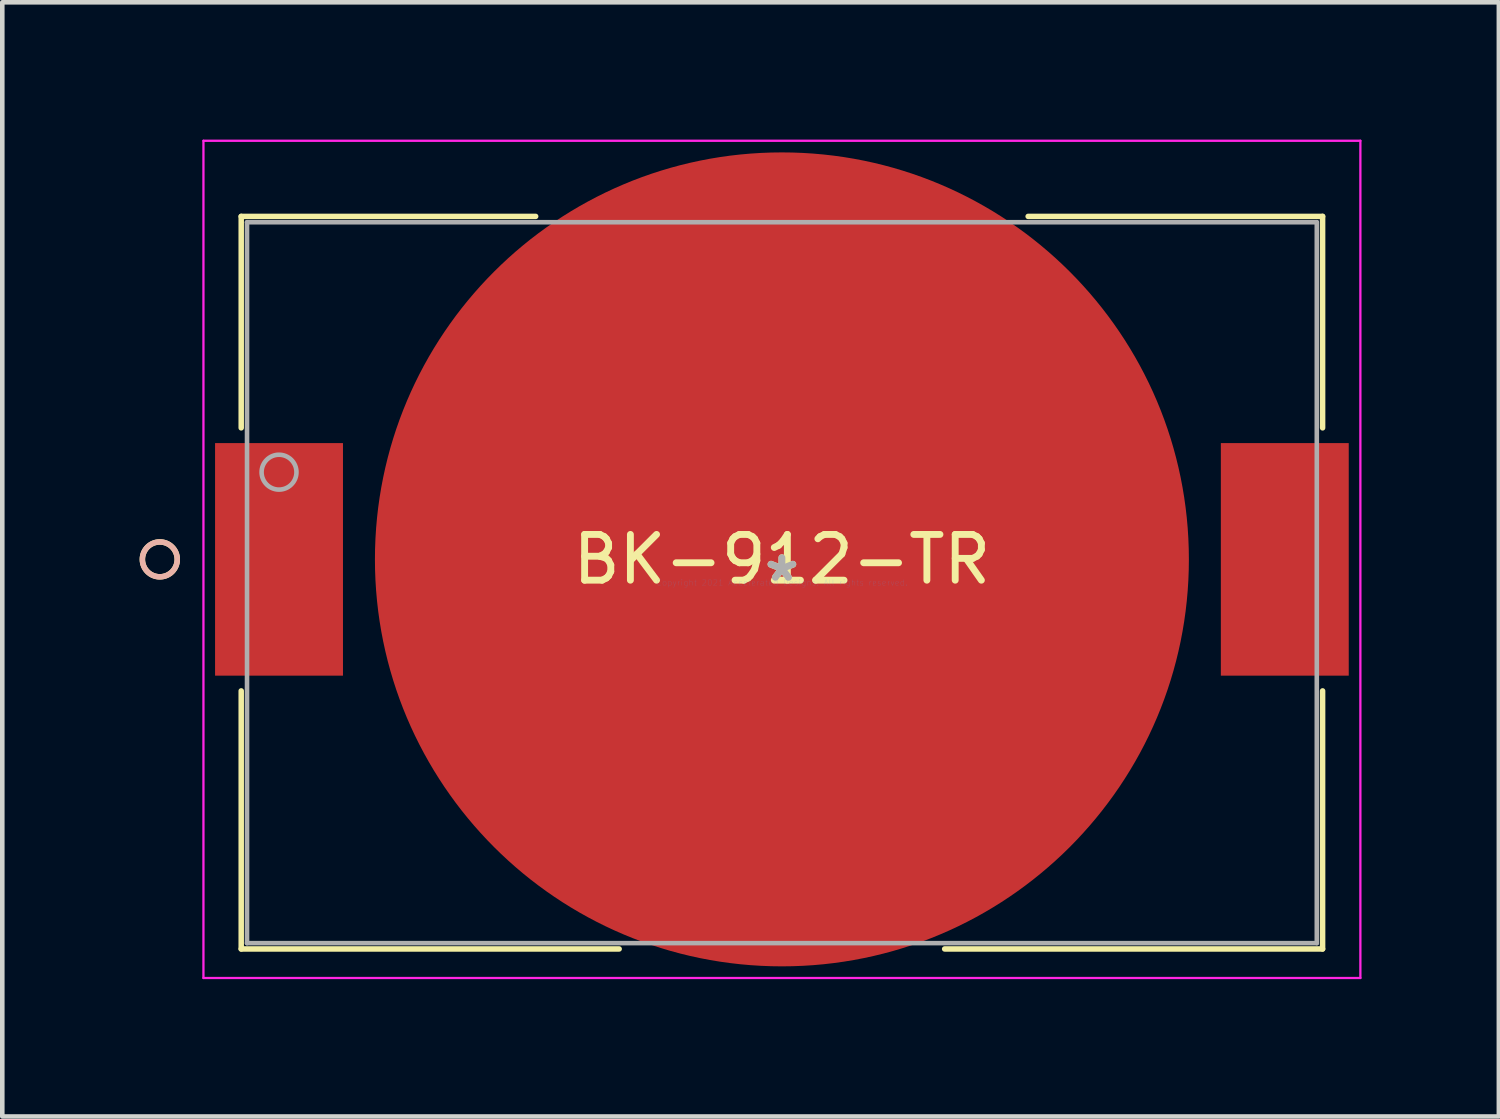
<source format=kicad_pcb>
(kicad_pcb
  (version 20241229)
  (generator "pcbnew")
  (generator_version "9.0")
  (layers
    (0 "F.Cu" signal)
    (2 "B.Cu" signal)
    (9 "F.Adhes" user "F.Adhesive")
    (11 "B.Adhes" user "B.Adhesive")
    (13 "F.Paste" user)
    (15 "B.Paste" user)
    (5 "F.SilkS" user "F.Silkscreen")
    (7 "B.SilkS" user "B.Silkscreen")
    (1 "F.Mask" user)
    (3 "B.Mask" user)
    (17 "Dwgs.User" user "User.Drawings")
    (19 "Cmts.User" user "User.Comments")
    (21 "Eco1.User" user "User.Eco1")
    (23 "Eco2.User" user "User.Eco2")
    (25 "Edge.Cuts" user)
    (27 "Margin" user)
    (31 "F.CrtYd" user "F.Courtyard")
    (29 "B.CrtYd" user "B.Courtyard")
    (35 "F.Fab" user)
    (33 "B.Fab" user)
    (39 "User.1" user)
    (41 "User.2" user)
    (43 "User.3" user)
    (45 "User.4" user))
  (footprint "BK-912-TR"
    (layer "F.Cu")
    (at 14.03 9.678)
    (property "Reference" "BK-912-TR" (at 0 -0.509 0) (layer "F.SilkS") (effects (font (size 1 1) (thickness 0.15))))
    (attr through_hole)
    (fp_line (start -11.811 -8.001) (end -11.811 -3.382) (stroke (width 0.12) (type solid)) (layer "F.SilkS"))
    (fp_line (start -11.811 2.364) (end -11.811 8.001) (stroke (width 0.12) (type solid)) (layer "F.SilkS"))
    (fp_line (start -11.811 8.001) (end -3.555 8.001) (stroke (width 0.12) (type solid)) (layer "F.SilkS"))
    (fp_line (start -5.379 -8.001) (end -11.811 -8.001) (stroke (width 0.12) (type solid)) (layer "F.SilkS"))
    (fp_line (start 3.555 8.001) (end 11.811 8.001) (stroke (width 0.12) (type solid)) (layer "F.SilkS"))
    (fp_line (start 11.811 -8.001) (end 5.379 -8.001) (stroke (width 0.12) (type solid)) (layer "F.SilkS"))
    (fp_line (start 11.811 -3.382) (end 11.811 -8.001) (stroke (width 0.12) (type solid)) (layer "F.SilkS"))
    (fp_line (start 11.811 8.001) (end 11.811 2.364) (stroke (width 0.12) (type solid)) (layer "F.SilkS"))
    (fp_circle (center -13.589 -0.509) (end -13.208 -0.509) (stroke (width 0.12) (type solid)) (fill no) (layer "F.SilkS"))
    (fp_circle (center -13.589 -0.509) (end -13.208 -0.509) (stroke (width 0.12) (type solid)) (fill no) (layer "B.SilkS"))
    (fp_line (start -12.636 -9.653) (end -12.636 8.635) (stroke (width 0.05) (type solid)) (layer "F.CrtYd"))
    (fp_line (start -12.636 8.635) (end 12.636 8.635) (stroke (width 0.05) (type solid)) (layer "F.CrtYd"))
    (fp_line (start 12.636 -9.653) (end -12.636 -9.653) (stroke (width 0.05) (type solid)) (layer "F.CrtYd"))
    (fp_line (start 12.636 8.635) (end 12.636 -9.653) (stroke (width 0.05) (type solid)) (layer "F.CrtYd"))
    (fp_line (start -11.684 -7.874) (end -11.684 7.874) (stroke (width 0.1) (type solid)) (layer "F.Fab"))
    (fp_line (start -11.684 7.874) (end 11.684 7.874) (stroke (width 0.1) (type solid)) (layer "F.Fab"))
    (fp_line (start 11.684 -7.874) (end -11.684 -7.874) (stroke (width 0.1) (type solid)) (layer "F.Fab"))
    (fp_line (start 11.684 7.874) (end 11.684 -7.874) (stroke (width 0.1) (type solid)) (layer "F.Fab"))
    (fp_circle (center -10.985 -2.414) (end -10.604 -2.414) (stroke (width 0.1) (type solid)) (fill no) (layer "F.Fab"))
    (fp_text user "*" (at 0 0 0) (layer "F.SilkS") (effects (font (size 1 1) (thickness 0.15))))
    (fp_text user "Copyright 2021 Accelerated Designs. All rights reserved." (at 0 0 0) (layer "Cmts.User") (effects (font (size 0.127 0.127) (thickness 0.002))))
    (fp_text user "*" (at 0 0 0) (layer "F.Fab") (effects (font (size 1 1) (thickness 0.15))))
    (pad "1" smd rect (at -10.985 -0.509) (size 2.794 5.08) (layers "F.Cu" "F.Mask" "F.Paste"))
    (pad "2" smd rect (at 10.985 -0.509) (size 2.794 5.08) (layers "F.Cu" "F.Mask" "F.Paste"))
    (pad "3" smd circle (at 0 -0.509 90) (size 17.78 17.78) (layers "F.Cu" "F.Mask" "F.Paste")))
  (gr_rect
    (start -3 -3)
    (end 29.691 21.338)
    (stroke (width 0.1) (type default))
    (fill no)
    (layer "Edge.Cuts")))
</source>
